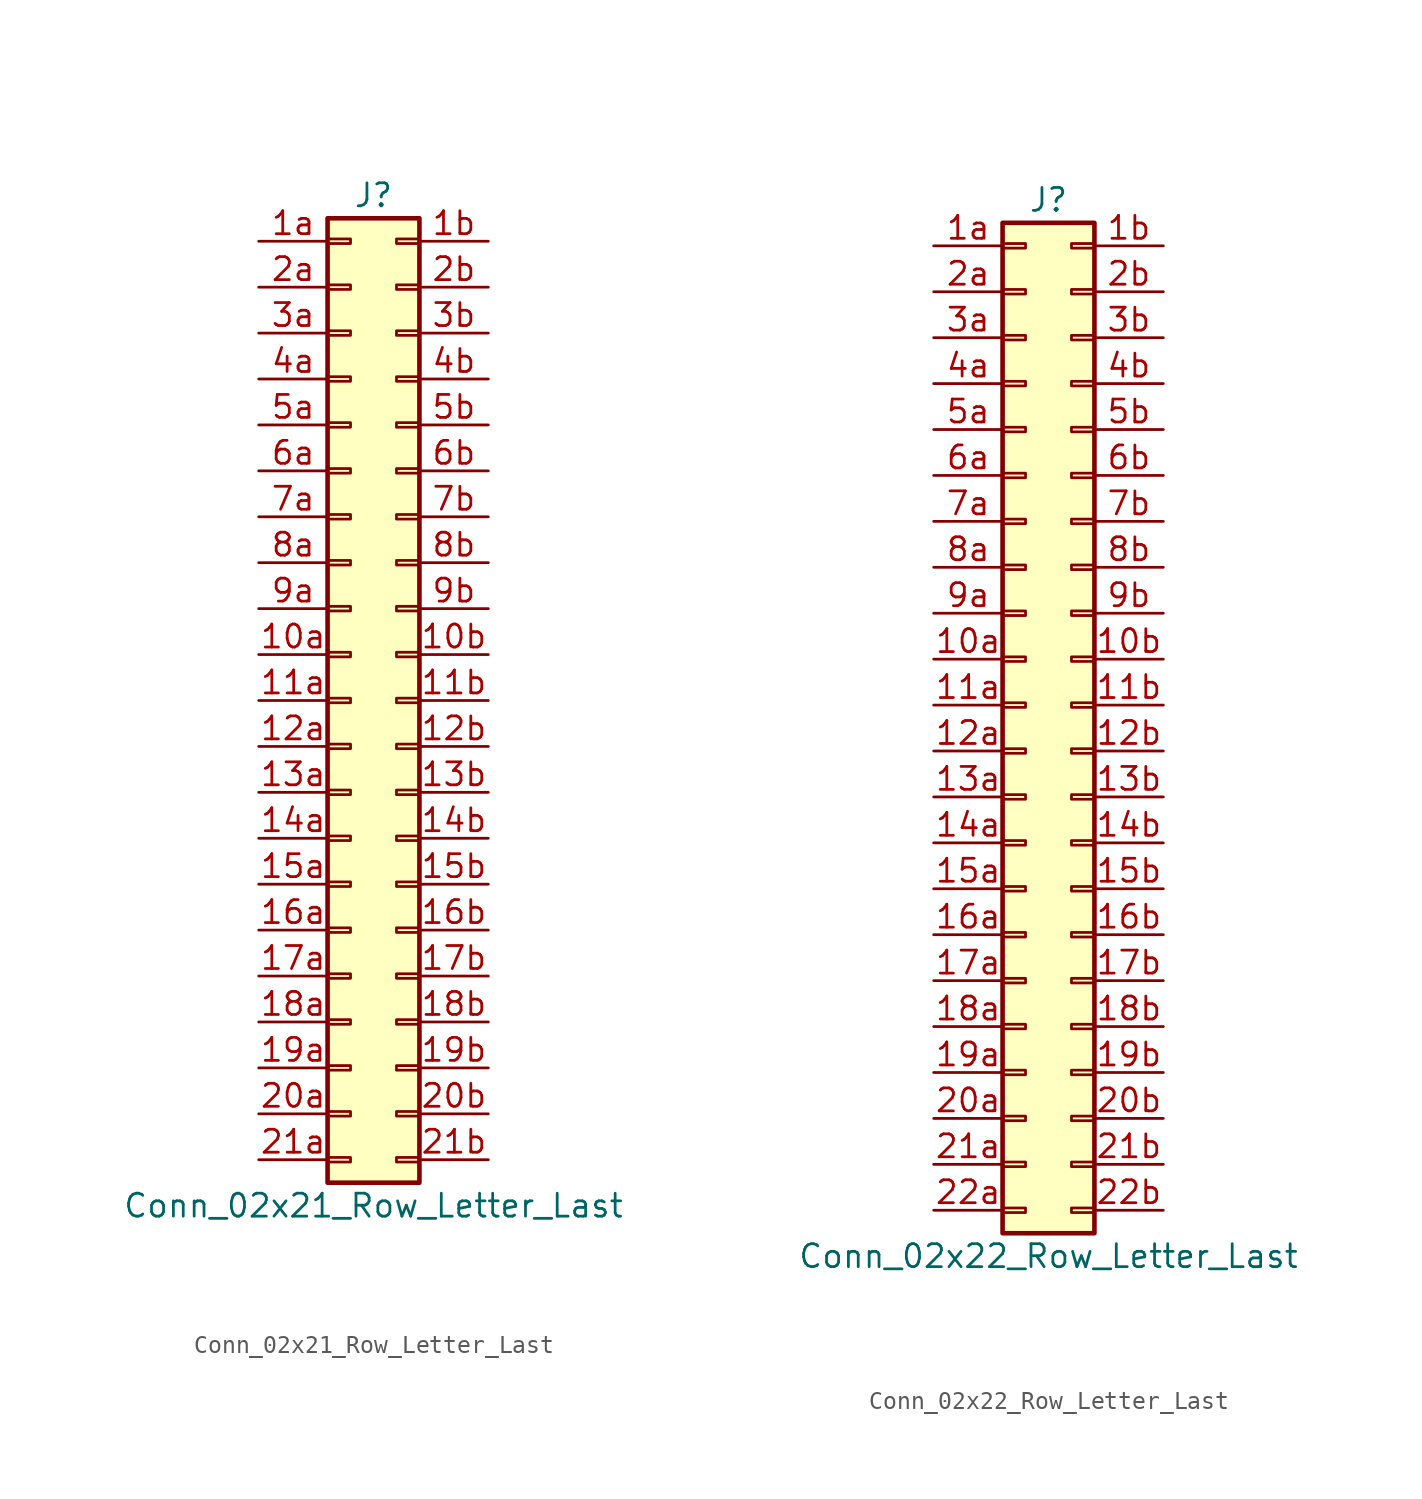
<source format=kicad_sym>
(kicad_symbol_lib
  (version 20201005)
  (generator kicad_symbol_editor)
  (symbol "Conn_02x21_Row_Letter_Last"
    (pin_names
      (offset 1.016) hide)
    (property "Reference" "J"
      (at 1.27 27.94 0)
      (effects (font (size 1.27 1.27))))
    (property "Value" "Conn_02x21_Row_Letter_Last"
      (at 1.27 -27.94 0)
      (effects (font (size 1.27 1.27))))
    (symbol "Conn_02x21_Row_Letter_Last_1_1"
      (rectangle (start -1.27 -25.273) (end 0 -25.527) (stroke (width 0.152)) (fill (type none)))
      (rectangle (start -1.27 -22.733) (end 0 -22.987) (stroke (width 0.152)) (fill (type none)))
      (rectangle (start -1.27 -20.193) (end 0 -20.447) (stroke (width 0.152)) (fill (type none)))
      (rectangle (start -1.27 -17.653) (end 0 -17.907) (stroke (width 0.152)) (fill (type none)))
      (rectangle (start -1.27 -15.113) (end 0 -15.367) (stroke (width 0.152)) (fill (type none)))
      (rectangle (start -1.27 -12.573) (end 0 -12.827) (stroke (width 0.152)) (fill (type none)))
      (rectangle (start -1.27 -10.033) (end 0 -10.287) (stroke (width 0.152)) (fill (type none)))
      (rectangle (start -1.27 -7.493) (end 0 -7.747) (stroke (width 0.152)) (fill (type none)))
      (rectangle (start -1.27 -4.953) (end 0 -5.207) (stroke (width 0.152)) (fill (type none)))
      (rectangle (start -1.27 -2.413) (end 0 -2.667) (stroke (width 0.152)) (fill (type none)))
      (rectangle (start -1.27 0.127) (end 0 -0.127) (stroke (width 0.152)) (fill (type none)))
      (rectangle (start -1.27 2.667) (end 0 2.413) (stroke (width 0.152)) (fill (type none)))
      (rectangle (start -1.27 5.207) (end 0 4.953) (stroke (width 0.152)) (fill (type none)))
      (rectangle (start -1.27 7.747) (end 0 7.493) (stroke (width 0.152)) (fill (type none)))
      (rectangle (start -1.27 10.287) (end 0 10.033) (stroke (width 0.152)) (fill (type none)))
      (rectangle (start -1.27 12.827) (end 0 12.573) (stroke (width 0.152)) (fill (type none)))
      (rectangle (start -1.27 15.367) (end 0 15.113) (stroke (width 0.152)) (fill (type none)))
      (rectangle (start -1.27 17.907) (end 0 17.653) (stroke (width 0.152)) (fill (type none)))
      (rectangle (start -1.27 20.447) (end 0 20.193) (stroke (width 0.152)) (fill (type none)))
      (rectangle (start -1.27 22.987) (end 0 22.733) (stroke (width 0.152)) (fill (type none)))
      (rectangle (start -1.27 25.527) (end 0 25.273) (stroke (width 0.152)) (fill (type none)))
      (rectangle (start -1.27 26.67) (end 3.81 -26.67) (stroke (width 0.254)) (fill (type background)))
      (rectangle (start 3.81 -25.273) (end 2.54 -25.527) (stroke (width 0.152)) (fill (type none)))
      (rectangle (start 3.81 -22.733) (end 2.54 -22.987) (stroke (width 0.152)) (fill (type none)))
      (rectangle (start 3.81 -20.193) (end 2.54 -20.447) (stroke (width 0.152)) (fill (type none)))
      (rectangle (start 3.81 -17.653) (end 2.54 -17.907) (stroke (width 0.152)) (fill (type none)))
      (rectangle (start 3.81 -15.113) (end 2.54 -15.367) (stroke (width 0.152)) (fill (type none)))
      (rectangle (start 3.81 -12.573) (end 2.54 -12.827) (stroke (width 0.152)) (fill (type none)))
      (rectangle (start 3.81 -10.033) (end 2.54 -10.287) (stroke (width 0.152)) (fill (type none)))
      (rectangle (start 3.81 -7.493) (end 2.54 -7.747) (stroke (width 0.152)) (fill (type none)))
      (rectangle (start 3.81 -4.953) (end 2.54 -5.207) (stroke (width 0.152)) (fill (type none)))
      (rectangle (start 3.81 -2.413) (end 2.54 -2.667) (stroke (width 0.152)) (fill (type none)))
      (rectangle (start 3.81 0.127) (end 2.54 -0.127) (stroke (width 0.152)) (fill (type none)))
      (rectangle (start 3.81 2.667) (end 2.54 2.413) (stroke (width 0.152)) (fill (type none)))
      (rectangle (start 3.81 5.207) (end 2.54 4.953) (stroke (width 0.152)) (fill (type none)))
      (rectangle (start 3.81 7.747) (end 2.54 7.493) (stroke (width 0.152)) (fill (type none)))
      (rectangle (start 3.81 10.287) (end 2.54 10.033) (stroke (width 0.152)) (fill (type none)))
      (rectangle (start 3.81 12.827) (end 2.54 12.573) (stroke (width 0.152)) (fill (type none)))
      (rectangle (start 3.81 15.367) (end 2.54 15.113) (stroke (width 0.152)) (fill (type none)))
      (rectangle (start 3.81 17.907) (end 2.54 17.653) (stroke (width 0.152)) (fill (type none)))
      (rectangle (start 3.81 20.447) (end 2.54 20.193) (stroke (width 0.152)) (fill (type none)))
      (rectangle (start 3.81 22.987) (end 2.54 22.733) (stroke (width 0.152)) (fill (type none)))
      (rectangle (start 3.81 25.527) (end 2.54 25.273) (stroke (width 0.152)) (fill (type none)))
      (pin passive line (at -5.08 2.54 0) (length 3.81) (name "Pin_10a" (effects (font (size 1.27 1.27)))) (number "10a" (effects (font (size 1.27 1.27)))))
      (pin passive line (at 7.62 2.54 180) (length 3.81) (name "Pin_10b" (effects (font (size 1.27 1.27)))) (number "10b" (effects (font (size 1.27 1.27)))))
      (pin passive line (at -5.08 0 0) (length 3.81) (name "Pin_11a" (effects (font (size 1.27 1.27)))) (number "11a" (effects (font (size 1.27 1.27)))))
      (pin passive line (at 7.62 0 180) (length 3.81) (name "Pin_11b" (effects (font (size 1.27 1.27)))) (number "11b" (effects (font (size 1.27 1.27)))))
      (pin passive line (at -5.08 -2.54 0) (length 3.81) (name "Pin_12a" (effects (font (size 1.27 1.27)))) (number "12a" (effects (font (size 1.27 1.27)))))
      (pin passive line (at 7.62 -2.54 180) (length 3.81) (name "Pin_12b" (effects (font (size 1.27 1.27)))) (number "12b" (effects (font (size 1.27 1.27)))))
      (pin passive line (at -5.08 -5.08 0) (length 3.81) (name "Pin_13a" (effects (font (size 1.27 1.27)))) (number "13a" (effects (font (size 1.27 1.27)))))
      (pin passive line (at 7.62 -5.08 180) (length 3.81) (name "Pin_13b" (effects (font (size 1.27 1.27)))) (number "13b" (effects (font (size 1.27 1.27)))))
      (pin passive line (at -5.08 -7.62 0) (length 3.81) (name "Pin_14a" (effects (font (size 1.27 1.27)))) (number "14a" (effects (font (size 1.27 1.27)))))
      (pin passive line (at 7.62 -7.62 180) (length 3.81) (name "Pin_14b" (effects (font (size 1.27 1.27)))) (number "14b" (effects (font (size 1.27 1.27)))))
      (pin passive line (at -5.08 -10.16 0) (length 3.81) (name "Pin_15a" (effects (font (size 1.27 1.27)))) (number "15a" (effects (font (size 1.27 1.27)))))
      (pin passive line (at 7.62 -10.16 180) (length 3.81) (name "Pin_15b" (effects (font (size 1.27 1.27)))) (number "15b" (effects (font (size 1.27 1.27)))))
      (pin passive line (at -5.08 -12.7 0) (length 3.81) (name "Pin_16a" (effects (font (size 1.27 1.27)))) (number "16a" (effects (font (size 1.27 1.27)))))
      (pin passive line (at 7.62 -12.7 180) (length 3.81) (name "Pin_16b" (effects (font (size 1.27 1.27)))) (number "16b" (effects (font (size 1.27 1.27)))))
      (pin passive line (at -5.08 -15.24 0) (length 3.81) (name "Pin_17a" (effects (font (size 1.27 1.27)))) (number "17a" (effects (font (size 1.27 1.27)))))
      (pin passive line (at 7.62 -15.24 180) (length 3.81) (name "Pin_17b" (effects (font (size 1.27 1.27)))) (number "17b" (effects (font (size 1.27 1.27)))))
      (pin passive line (at -5.08 -17.78 0) (length 3.81) (name "Pin_18a" (effects (font (size 1.27 1.27)))) (number "18a" (effects (font (size 1.27 1.27)))))
      (pin passive line (at 7.62 -17.78 180) (length 3.81) (name "Pin_18b" (effects (font (size 1.27 1.27)))) (number "18b" (effects (font (size 1.27 1.27)))))
      (pin passive line (at -5.08 -20.32 0) (length 3.81) (name "Pin_19a" (effects (font (size 1.27 1.27)))) (number "19a" (effects (font (size 1.27 1.27)))))
      (pin passive line (at 7.62 -20.32 180) (length 3.81) (name "Pin_19b" (effects (font (size 1.27 1.27)))) (number "19b" (effects (font (size 1.27 1.27)))))
      (pin passive line (at -5.08 25.4 0) (length 3.81) (name "Pin_1a" (effects (font (size 1.27 1.27)))) (number "1a" (effects (font (size 1.27 1.27)))))
      (pin passive line (at 7.62 25.4 180) (length 3.81) (name "Pin_1b" (effects (font (size 1.27 1.27)))) (number "1b" (effects (font (size 1.27 1.27)))))
      (pin passive line (at -5.08 -22.86 0) (length 3.81) (name "Pin_20a" (effects (font (size 1.27 1.27)))) (number "20a" (effects (font (size 1.27 1.27)))))
      (pin passive line (at 7.62 -22.86 180) (length 3.81) (name "Pin_20b" (effects (font (size 1.27 1.27)))) (number "20b" (effects (font (size 1.27 1.27)))))
      (pin passive line (at -5.08 -25.4 0) (length 3.81) (name "Pin_21a" (effects (font (size 1.27 1.27)))) (number "21a" (effects (font (size 1.27 1.27)))))
      (pin passive line (at 7.62 -25.4 180) (length 3.81) (name "Pin_21b" (effects (font (size 1.27 1.27)))) (number "21b" (effects (font (size 1.27 1.27)))))
      (pin passive line (at -5.08 22.86 0) (length 3.81) (name "Pin_2a" (effects (font (size 1.27 1.27)))) (number "2a" (effects (font (size 1.27 1.27)))))
      (pin passive line (at 7.62 22.86 180) (length 3.81) (name "Pin_2b" (effects (font (size 1.27 1.27)))) (number "2b" (effects (font (size 1.27 1.27)))))
      (pin passive line (at -5.08 20.32 0) (length 3.81) (name "Pin_3a" (effects (font (size 1.27 1.27)))) (number "3a" (effects (font (size 1.27 1.27)))))
      (pin passive line (at 7.62 20.32 180) (length 3.81) (name "Pin_3b" (effects (font (size 1.27 1.27)))) (number "3b" (effects (font (size 1.27 1.27)))))
      (pin passive line (at -5.08 17.78 0) (length 3.81) (name "Pin_4a" (effects (font (size 1.27 1.27)))) (number "4a" (effects (font (size 1.27 1.27)))))
      (pin passive line (at 7.62 17.78 180) (length 3.81) (name "Pin_4b" (effects (font (size 1.27 1.27)))) (number "4b" (effects (font (size 1.27 1.27)))))
      (pin passive line (at -5.08 15.24 0) (length 3.81) (name "Pin_5a" (effects (font (size 1.27 1.27)))) (number "5a" (effects (font (size 1.27 1.27)))))
      (pin passive line (at 7.62 15.24 180) (length 3.81) (name "Pin_5b" (effects (font (size 1.27 1.27)))) (number "5b" (effects (font (size 1.27 1.27)))))
      (pin passive line (at -5.08 12.7 0) (length 3.81) (name "Pin_6a" (effects (font (size 1.27 1.27)))) (number "6a" (effects (font (size 1.27 1.27)))))
      (pin passive line (at 7.62 12.7 180) (length 3.81) (name "Pin_6b" (effects (font (size 1.27 1.27)))) (number "6b" (effects (font (size 1.27 1.27)))))
      (pin passive line (at -5.08 10.16 0) (length 3.81) (name "Pin_7a" (effects (font (size 1.27 1.27)))) (number "7a" (effects (font (size 1.27 1.27)))))
      (pin passive line (at 7.62 10.16 180) (length 3.81) (name "Pin_7b" (effects (font (size 1.27 1.27)))) (number "7b" (effects (font (size 1.27 1.27)))))
      (pin passive line (at -5.08 7.62 0) (length 3.81) (name "Pin_8a" (effects (font (size 1.27 1.27)))) (number "8a" (effects (font (size 1.27 1.27)))))
      (pin passive line (at 7.62 7.62 180) (length 3.81) (name "Pin_8b" (effects (font (size 1.27 1.27)))) (number "8b" (effects (font (size 1.27 1.27)))))
      (pin passive line (at -5.08 5.08 0) (length 3.81) (name "Pin_9a" (effects (font (size 1.27 1.27)))) (number "9a" (effects (font (size 1.27 1.27)))))
      (pin passive line (at 7.62 5.08 180) (length 3.81) (name "Pin_9b" (effects (font (size 1.27 1.27)))) (number "9b" (effects (font (size 1.27 1.27)))))))
  (symbol "Conn_02x22_Row_Letter_Last"
    (pin_names
      (offset 1.016) hide)
    (property "Reference" "J"
      (at 1.27 27.94 0)
      (effects (font (size 1.27 1.27))))
    (property "Value" "Conn_02x22_Row_Letter_Last"
      (at 1.27 -30.48 0)
      (effects (font (size 1.27 1.27))))
    (symbol "Conn_02x22_Row_Letter_Last_1_1"
      (rectangle (start -1.27 -27.813) (end 0 -28.067) (stroke (width 0.152)) (fill (type none)))
      (rectangle (start -1.27 -25.273) (end 0 -25.527) (stroke (width 0.152)) (fill (type none)))
      (rectangle (start -1.27 -22.733) (end 0 -22.987) (stroke (width 0.152)) (fill (type none)))
      (rectangle (start -1.27 -20.193) (end 0 -20.447) (stroke (width 0.152)) (fill (type none)))
      (rectangle (start -1.27 -17.653) (end 0 -17.907) (stroke (width 0.152)) (fill (type none)))
      (rectangle (start -1.27 -15.113) (end 0 -15.367) (stroke (width 0.152)) (fill (type none)))
      (rectangle (start -1.27 -12.573) (end 0 -12.827) (stroke (width 0.152)) (fill (type none)))
      (rectangle (start -1.27 -10.033) (end 0 -10.287) (stroke (width 0.152)) (fill (type none)))
      (rectangle (start -1.27 -7.493) (end 0 -7.747) (stroke (width 0.152)) (fill (type none)))
      (rectangle (start -1.27 -4.953) (end 0 -5.207) (stroke (width 0.152)) (fill (type none)))
      (rectangle (start -1.27 -2.413) (end 0 -2.667) (stroke (width 0.152)) (fill (type none)))
      (rectangle (start -1.27 0.127) (end 0 -0.127) (stroke (width 0.152)) (fill (type none)))
      (rectangle (start -1.27 2.667) (end 0 2.413) (stroke (width 0.152)) (fill (type none)))
      (rectangle (start -1.27 5.207) (end 0 4.953) (stroke (width 0.152)) (fill (type none)))
      (rectangle (start -1.27 7.747) (end 0 7.493) (stroke (width 0.152)) (fill (type none)))
      (rectangle (start -1.27 10.287) (end 0 10.033) (stroke (width 0.152)) (fill (type none)))
      (rectangle (start -1.27 12.827) (end 0 12.573) (stroke (width 0.152)) (fill (type none)))
      (rectangle (start -1.27 15.367) (end 0 15.113) (stroke (width 0.152)) (fill (type none)))
      (rectangle (start -1.27 17.907) (end 0 17.653) (stroke (width 0.152)) (fill (type none)))
      (rectangle (start -1.27 20.447) (end 0 20.193) (stroke (width 0.152)) (fill (type none)))
      (rectangle (start -1.27 22.987) (end 0 22.733) (stroke (width 0.152)) (fill (type none)))
      (rectangle (start -1.27 25.527) (end 0 25.273) (stroke (width 0.152)) (fill (type none)))
      (rectangle (start -1.27 26.67) (end 3.81 -29.21) (stroke (width 0.254)) (fill (type background)))
      (rectangle (start 3.81 -27.813) (end 2.54 -28.067) (stroke (width 0.152)) (fill (type none)))
      (rectangle (start 3.81 -25.273) (end 2.54 -25.527) (stroke (width 0.152)) (fill (type none)))
      (rectangle (start 3.81 -22.733) (end 2.54 -22.987) (stroke (width 0.152)) (fill (type none)))
      (rectangle (start 3.81 -20.193) (end 2.54 -20.447) (stroke (width 0.152)) (fill (type none)))
      (rectangle (start 3.81 -17.653) (end 2.54 -17.907) (stroke (width 0.152)) (fill (type none)))
      (rectangle (start 3.81 -15.113) (end 2.54 -15.367) (stroke (width 0.152)) (fill (type none)))
      (rectangle (start 3.81 -12.573) (end 2.54 -12.827) (stroke (width 0.152)) (fill (type none)))
      (rectangle (start 3.81 -10.033) (end 2.54 -10.287) (stroke (width 0.152)) (fill (type none)))
      (rectangle (start 3.81 -7.493) (end 2.54 -7.747) (stroke (width 0.152)) (fill (type none)))
      (rectangle (start 3.81 -4.953) (end 2.54 -5.207) (stroke (width 0.152)) (fill (type none)))
      (rectangle (start 3.81 -2.413) (end 2.54 -2.667) (stroke (width 0.152)) (fill (type none)))
      (rectangle (start 3.81 0.127) (end 2.54 -0.127) (stroke (width 0.152)) (fill (type none)))
      (rectangle (start 3.81 2.667) (end 2.54 2.413) (stroke (width 0.152)) (fill (type none)))
      (rectangle (start 3.81 5.207) (end 2.54 4.953) (stroke (width 0.152)) (fill (type none)))
      (rectangle (start 3.81 7.747) (end 2.54 7.493) (stroke (width 0.152)) (fill (type none)))
      (rectangle (start 3.81 10.287) (end 2.54 10.033) (stroke (width 0.152)) (fill (type none)))
      (rectangle (start 3.81 12.827) (end 2.54 12.573) (stroke (width 0.152)) (fill (type none)))
      (rectangle (start 3.81 15.367) (end 2.54 15.113) (stroke (width 0.152)) (fill (type none)))
      (rectangle (start 3.81 17.907) (end 2.54 17.653) (stroke (width 0.152)) (fill (type none)))
      (rectangle (start 3.81 20.447) (end 2.54 20.193) (stroke (width 0.152)) (fill (type none)))
      (rectangle (start 3.81 22.987) (end 2.54 22.733) (stroke (width 0.152)) (fill (type none)))
      (rectangle (start 3.81 25.527) (end 2.54 25.273) (stroke (width 0.152)) (fill (type none)))
      (pin passive line (at -5.08 2.54 0) (length 3.81) (name "Pin_10a" (effects (font (size 1.27 1.27)))) (number "10a" (effects (font (size 1.27 1.27)))))
      (pin passive line (at 7.62 2.54 180) (length 3.81) (name "Pin_10b" (effects (font (size 1.27 1.27)))) (number "10b" (effects (font (size 1.27 1.27)))))
      (pin passive line (at -5.08 0 0) (length 3.81) (name "Pin_11a" (effects (font (size 1.27 1.27)))) (number "11a" (effects (font (size 1.27 1.27)))))
      (pin passive line (at 7.62 0 180) (length 3.81) (name "Pin_11b" (effects (font (size 1.27 1.27)))) (number "11b" (effects (font (size 1.27 1.27)))))
      (pin passive line (at -5.08 -2.54 0) (length 3.81) (name "Pin_12a" (effects (font (size 1.27 1.27)))) (number "12a" (effects (font (size 1.27 1.27)))))
      (pin passive line (at 7.62 -2.54 180) (length 3.81) (name "Pin_12b" (effects (font (size 1.27 1.27)))) (number "12b" (effects (font (size 1.27 1.27)))))
      (pin passive line (at -5.08 -5.08 0) (length 3.81) (name "Pin_13a" (effects (font (size 1.27 1.27)))) (number "13a" (effects (font (size 1.27 1.27)))))
      (pin passive line (at 7.62 -5.08 180) (length 3.81) (name "Pin_13b" (effects (font (size 1.27 1.27)))) (number "13b" (effects (font (size 1.27 1.27)))))
      (pin passive line (at -5.08 -7.62 0) (length 3.81) (name "Pin_14a" (effects (font (size 1.27 1.27)))) (number "14a" (effects (font (size 1.27 1.27)))))
      (pin passive line (at 7.62 -7.62 180) (length 3.81) (name "Pin_14b" (effects (font (size 1.27 1.27)))) (number "14b" (effects (font (size 1.27 1.27)))))
      (pin passive line (at -5.08 -10.16 0) (length 3.81) (name "Pin_15a" (effects (font (size 1.27 1.27)))) (number "15a" (effects (font (size 1.27 1.27)))))
      (pin passive line (at 7.62 -10.16 180) (length 3.81) (name "Pin_15b" (effects (font (size 1.27 1.27)))) (number "15b" (effects (font (size 1.27 1.27)))))
      (pin passive line (at -5.08 -12.7 0) (length 3.81) (name "Pin_16a" (effects (font (size 1.27 1.27)))) (number "16a" (effects (font (size 1.27 1.27)))))
      (pin passive line (at 7.62 -12.7 180) (length 3.81) (name "Pin_16b" (effects (font (size 1.27 1.27)))) (number "16b" (effects (font (size 1.27 1.27)))))
      (pin passive line (at -5.08 -15.24 0) (length 3.81) (name "Pin_17a" (effects (font (size 1.27 1.27)))) (number "17a" (effects (font (size 1.27 1.27)))))
      (pin passive line (at 7.62 -15.24 180) (length 3.81) (name "Pin_17b" (effects (font (size 1.27 1.27)))) (number "17b" (effects (font (size 1.27 1.27)))))
      (pin passive line (at -5.08 -17.78 0) (length 3.81) (name "Pin_18a" (effects (font (size 1.27 1.27)))) (number "18a" (effects (font (size 1.27 1.27)))))
      (pin passive line (at 7.62 -17.78 180) (length 3.81) (name "Pin_18b" (effects (font (size 1.27 1.27)))) (number "18b" (effects (font (size 1.27 1.27)))))
      (pin passive line (at -5.08 -20.32 0) (length 3.81) (name "Pin_19a" (effects (font (size 1.27 1.27)))) (number "19a" (effects (font (size 1.27 1.27)))))
      (pin passive line (at 7.62 -20.32 180) (length 3.81) (name "Pin_19b" (effects (font (size 1.27 1.27)))) (number "19b" (effects (font (size 1.27 1.27)))))
      (pin passive line (at -5.08 25.4 0) (length 3.81) (name "Pin_1a" (effects (font (size 1.27 1.27)))) (number "1a" (effects (font (size 1.27 1.27)))))
      (pin passive line (at 7.62 25.4 180) (length 3.81) (name "Pin_1b" (effects (font (size 1.27 1.27)))) (number "1b" (effects (font (size 1.27 1.27)))))
      (pin passive line (at -5.08 -22.86 0) (length 3.81) (name "Pin_20a" (effects (font (size 1.27 1.27)))) (number "20a" (effects (font (size 1.27 1.27)))))
      (pin passive line (at 7.62 -22.86 180) (length 3.81) (name "Pin_20b" (effects (font (size 1.27 1.27)))) (number "20b" (effects (font (size 1.27 1.27)))))
      (pin passive line (at -5.08 -25.4 0) (length 3.81) (name "Pin_21a" (effects (font (size 1.27 1.27)))) (number "21a" (effects (font (size 1.27 1.27)))))
      (pin passive line (at 7.62 -25.4 180) (length 3.81) (name "Pin_21b" (effects (font (size 1.27 1.27)))) (number "21b" (effects (font (size 1.27 1.27)))))
      (pin passive line (at -5.08 -27.94 0) (length 3.81) (name "Pin_22a" (effects (font (size 1.27 1.27)))) (number "22a" (effects (font (size 1.27 1.27)))))
      (pin passive line (at 7.62 -27.94 180) (length 3.81) (name "Pin_22b" (effects (font (size 1.27 1.27)))) (number "22b" (effects (font (size 1.27 1.27)))))
      (pin passive line (at -5.08 22.86 0) (length 3.81) (name "Pin_2a" (effects (font (size 1.27 1.27)))) (number "2a" (effects (font (size 1.27 1.27)))))
      (pin passive line (at 7.62 22.86 180) (length 3.81) (name "Pin_2b" (effects (font (size 1.27 1.27)))) (number "2b" (effects (font (size 1.27 1.27)))))
      (pin passive line (at -5.08 20.32 0) (length 3.81) (name "Pin_3a" (effects (font (size 1.27 1.27)))) (number "3a" (effects (font (size 1.27 1.27)))))
      (pin passive line (at 7.62 20.32 180) (length 3.81) (name "Pin_3b" (effects (font (size 1.27 1.27)))) (number "3b" (effects (font (size 1.27 1.27)))))
      (pin passive line (at -5.08 17.78 0) (length 3.81) (name "Pin_4a" (effects (font (size 1.27 1.27)))) (number "4a" (effects (font (size 1.27 1.27)))))
      (pin passive line (at 7.62 17.78 180) (length 3.81) (name "Pin_4b" (effects (font (size 1.27 1.27)))) (number "4b" (effects (font (size 1.27 1.27)))))
      (pin passive line (at -5.08 15.24 0) (length 3.81) (name "Pin_5a" (effects (font (size 1.27 1.27)))) (number "5a" (effects (font (size 1.27 1.27)))))
      (pin passive line (at 7.62 15.24 180) (length 3.81) (name "Pin_5b" (effects (font (size 1.27 1.27)))) (number "5b" (effects (font (size 1.27 1.27)))))
      (pin passive line (at -5.08 12.7 0) (length 3.81) (name "Pin_6a" (effects (font (size 1.27 1.27)))) (number "6a" (effects (font (size 1.27 1.27)))))
      (pin passive line (at 7.62 12.7 180) (length 3.81) (name "Pin_6b" (effects (font (size 1.27 1.27)))) (number "6b" (effects (font (size 1.27 1.27)))))
      (pin passive line (at -5.08 10.16 0) (length 3.81) (name "Pin_7a" (effects (font (size 1.27 1.27)))) (number "7a" (effects (font (size 1.27 1.27)))))
      (pin passive line (at 7.62 10.16 180) (length 3.81) (name "Pin_7b" (effects (font (size 1.27 1.27)))) (number "7b" (effects (font (size 1.27 1.27)))))
      (pin passive line (at -5.08 7.62 0) (length 3.81) (name "Pin_8a" (effects (font (size 1.27 1.27)))) (number "8a" (effects (font (size 1.27 1.27)))))
      (pin passive line (at 7.62 7.62 180) (length 3.81) (name "Pin_8b" (effects (font (size 1.27 1.27)))) (number "8b" (effects (font (size 1.27 1.27)))))
      (pin passive line (at -5.08 5.08 0) (length 3.81) (name "Pin_9a" (effects (font (size 1.27 1.27)))) (number "9a" (effects (font (size 1.27 1.27)))))
      (pin passive line (at 7.62 5.08 180) (length 3.81) (name "Pin_9b" (effects (font (size 1.27 1.27)))) (number "9b" (effects (font (size 1.27 1.27))))))))
</source>
